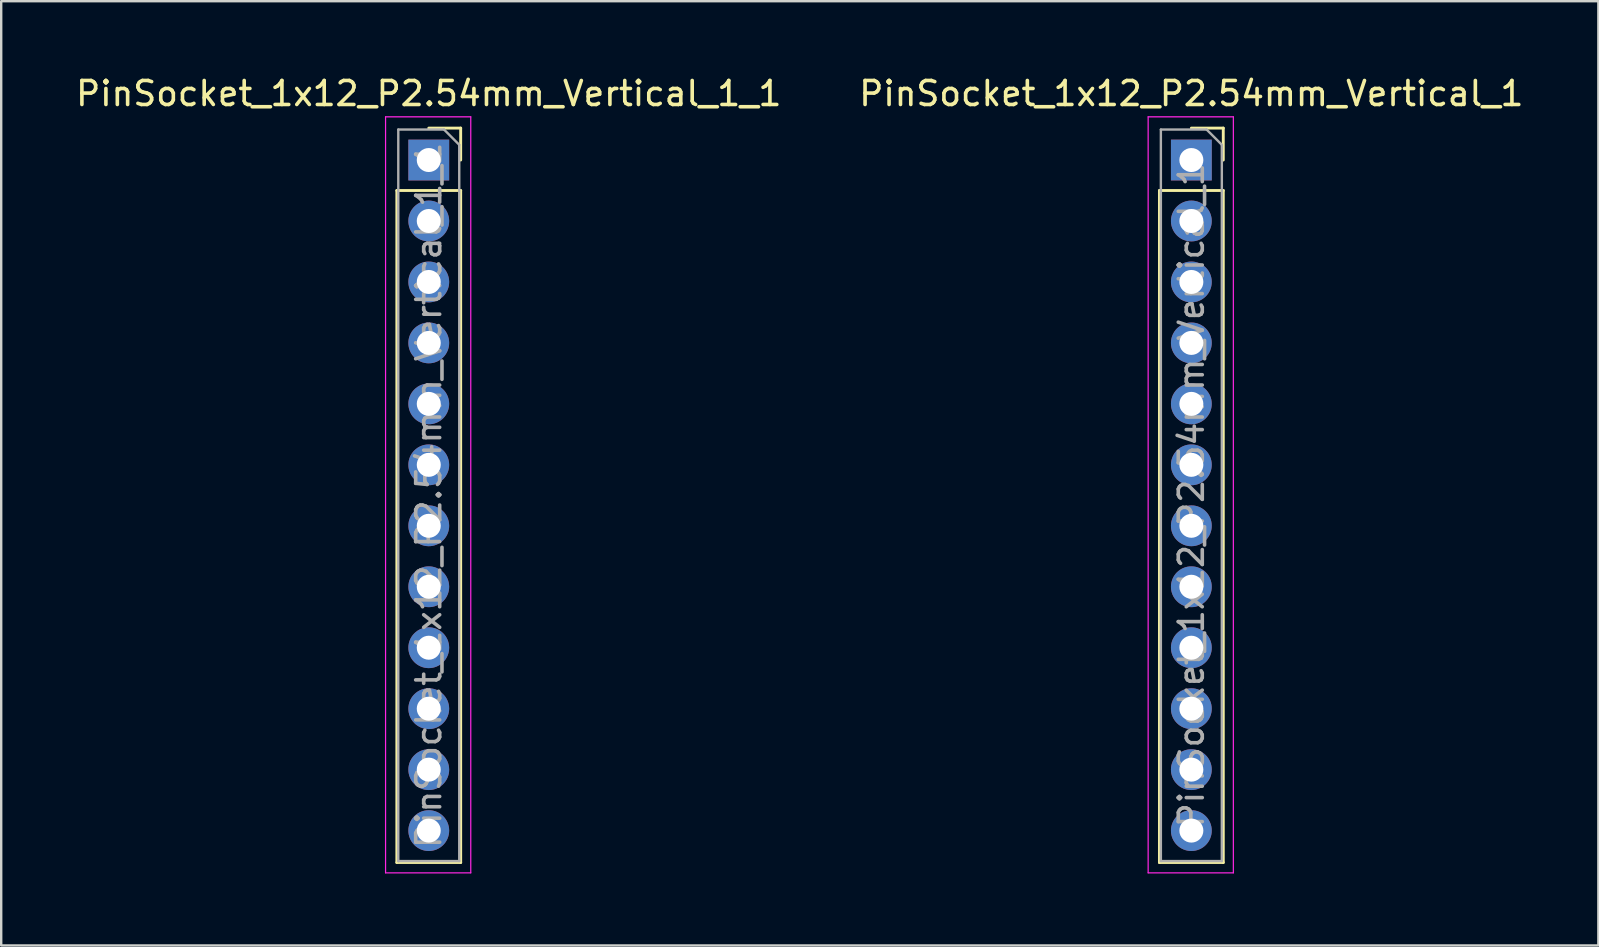
<source format=kicad_pcb>
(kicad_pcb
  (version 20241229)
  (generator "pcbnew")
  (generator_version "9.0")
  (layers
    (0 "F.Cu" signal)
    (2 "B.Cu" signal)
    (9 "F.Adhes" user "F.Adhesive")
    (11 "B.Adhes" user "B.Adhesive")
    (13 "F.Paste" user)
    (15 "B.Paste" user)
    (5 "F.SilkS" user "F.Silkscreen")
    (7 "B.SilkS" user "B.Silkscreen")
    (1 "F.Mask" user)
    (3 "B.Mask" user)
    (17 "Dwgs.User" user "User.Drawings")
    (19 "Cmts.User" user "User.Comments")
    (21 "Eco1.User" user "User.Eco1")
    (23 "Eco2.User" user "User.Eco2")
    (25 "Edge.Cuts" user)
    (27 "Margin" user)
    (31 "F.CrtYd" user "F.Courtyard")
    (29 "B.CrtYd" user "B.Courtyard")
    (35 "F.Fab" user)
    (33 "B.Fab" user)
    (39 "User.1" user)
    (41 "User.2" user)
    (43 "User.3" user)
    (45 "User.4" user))
  (footprint "PinSocket_1x12_P2.54mm_Vertical_1_1"
    (layer "F.Cu")
    (at 14.815 3.618)
    (property "Reference" "PinSocket_1x12_P2.54mm_Vertical_1_1" (at 0 -2.77 0) (layer "F.SilkS") (effects (font (size 1 1) (thickness 0.15))))
    (attr through_hole)
    (fp_line (start -1.33 1.27) (end -1.33 29.27) (stroke (width 0.12) (type solid)) (layer "F.SilkS"))
    (fp_line (start -1.33 1.27) (end 1.33 1.27) (stroke (width 0.12) (type solid)) (layer "F.SilkS"))
    (fp_line (start -1.33 29.27) (end 1.33 29.27) (stroke (width 0.12) (type solid)) (layer "F.SilkS"))
    (fp_line (start 0 -1.33) (end 1.33 -1.33) (stroke (width 0.12) (type solid)) (layer "F.SilkS"))
    (fp_line (start 1.33 -1.33) (end 1.33 0) (stroke (width 0.12) (type solid)) (layer "F.SilkS"))
    (fp_line (start 1.33 1.27) (end 1.33 29.27) (stroke (width 0.12) (type solid)) (layer "F.SilkS"))
    (fp_line (start -1.8 -1.8) (end 1.75 -1.8) (stroke (width 0.05) (type solid)) (layer "F.CrtYd"))
    (fp_line (start -1.8 29.7) (end -1.8 -1.8) (stroke (width 0.05) (type solid)) (layer "F.CrtYd"))
    (fp_line (start 1.75 -1.8) (end 1.75 29.7) (stroke (width 0.05) (type solid)) (layer "F.CrtYd"))
    (fp_line (start 1.75 29.7) (end -1.8 29.7) (stroke (width 0.05) (type solid)) (layer "F.CrtYd"))
    (fp_line (start -1.27 -1.27) (end 0.635 -1.27) (stroke (width 0.1) (type solid)) (layer "F.Fab"))
    (fp_line (start -1.27 29.21) (end -1.27 -1.27) (stroke (width 0.1) (type solid)) (layer "F.Fab"))
    (fp_line (start 0.635 -1.27) (end 1.27 -0.635) (stroke (width 0.1) (type solid)) (layer "F.Fab"))
    (fp_line (start 1.27 -0.635) (end 1.27 29.21) (stroke (width 0.1) (type solid)) (layer "F.Fab"))
    (fp_line (start 1.27 29.21) (end -1.27 29.21) (stroke (width 0.1) (type solid)) (layer "F.Fab"))
    (fp_text user "${REFERENCE}" (at 0 13.97 90) (layer "F.Fab") (effects (font (size 1 1) (thickness 0.15))))
    (pad "1" thru_hole rect (at 0 0) (size 1.7 1.7) (drill 1) (layers "*.Cu" "*.Mask"))
    (pad "2" thru_hole oval (at 0 2.54) (size 1.7 1.7) (drill 1) (layers "*.Cu" "*.Mask"))
    (pad "3" thru_hole oval (at 0 5.08) (size 1.7 1.7) (drill 1) (layers "*.Cu" "*.Mask"))
    (pad "4" thru_hole oval (at 0 7.62) (size 1.7 1.7) (drill 1) (layers "*.Cu" "*.Mask"))
    (pad "5" thru_hole oval (at 0 10.16) (size 1.7 1.7) (drill 1) (layers "*.Cu" "*.Mask"))
    (pad "6" thru_hole oval (at 0 12.7) (size 1.7 1.7) (drill 1) (layers "*.Cu" "*.Mask"))
    (pad "7" thru_hole oval (at 0 15.24) (size 1.7 1.7) (drill 1) (layers "*.Cu" "*.Mask"))
    (pad "8" thru_hole oval (at 0 17.78) (size 1.7 1.7) (drill 1) (layers "*.Cu" "*.Mask"))
    (pad "9" thru_hole oval (at 0 20.32) (size 1.7 1.7) (drill 1) (layers "*.Cu" "*.Mask"))
    (pad "10" thru_hole oval (at 0 22.86) (size 1.7 1.7) (drill 1) (layers "*.Cu" "*.Mask"))
    (pad "11" thru_hole oval (at 0 25.4) (size 1.7 1.7) (drill 1) (layers "*.Cu" "*.Mask"))
    (pad "12" thru_hole oval (at 0 27.94) (size 1.7 1.7) (drill 1) (layers "*.Cu" "*.Mask")))
  (footprint "PinSocket_1x12_P2.54mm_Vertical_1"
    (layer "F.Cu")
    (at 46.589 3.618)
    (property "Reference" "PinSocket_1x12_P2.54mm_Vertical_1" (at 0 -2.77 0) (layer "F.SilkS") (effects (font (size 1 1) (thickness 0.15))))
    (attr through_hole)
    (fp_line (start -1.33 1.27) (end -1.33 29.27) (stroke (width 0.12) (type solid)) (layer "F.SilkS"))
    (fp_line (start -1.33 1.27) (end 1.33 1.27) (stroke (width 0.12) (type solid)) (layer "F.SilkS"))
    (fp_line (start -1.33 29.27) (end 1.33 29.27) (stroke (width 0.12) (type solid)) (layer "F.SilkS"))
    (fp_line (start 0 -1.33) (end 1.33 -1.33) (stroke (width 0.12) (type solid)) (layer "F.SilkS"))
    (fp_line (start 1.33 -1.33) (end 1.33 0) (stroke (width 0.12) (type solid)) (layer "F.SilkS"))
    (fp_line (start 1.33 1.27) (end 1.33 29.27) (stroke (width 0.12) (type solid)) (layer "F.SilkS"))
    (fp_line (start -1.8 -1.8) (end 1.75 -1.8) (stroke (width 0.05) (type solid)) (layer "F.CrtYd"))
    (fp_line (start -1.8 29.7) (end -1.8 -1.8) (stroke (width 0.05) (type solid)) (layer "F.CrtYd"))
    (fp_line (start 1.75 -1.8) (end 1.75 29.7) (stroke (width 0.05) (type solid)) (layer "F.CrtYd"))
    (fp_line (start 1.75 29.7) (end -1.8 29.7) (stroke (width 0.05) (type solid)) (layer "F.CrtYd"))
    (fp_line (start -1.27 -1.27) (end 0.635 -1.27) (stroke (width 0.1) (type solid)) (layer "F.Fab"))
    (fp_line (start -1.27 29.21) (end -1.27 -1.27) (stroke (width 0.1) (type solid)) (layer "F.Fab"))
    (fp_line (start 0.635 -1.27) (end 1.27 -0.635) (stroke (width 0.1) (type solid)) (layer "F.Fab"))
    (fp_line (start 1.27 -0.635) (end 1.27 29.21) (stroke (width 0.1) (type solid)) (layer "F.Fab"))
    (fp_line (start 1.27 29.21) (end -1.27 29.21) (stroke (width 0.1) (type solid)) (layer "F.Fab"))
    (fp_text user "${REFERENCE}" (at 0 13.97 90) (layer "F.Fab") (effects (font (size 1 1) (thickness 0.15))))
    (pad "1" thru_hole rect (at 0 0) (size 1.7 1.7) (drill 1) (layers "*.Cu" "*.Mask"))
    (pad "2" thru_hole oval (at 0 2.54) (size 1.7 1.7) (drill 1) (layers "*.Cu" "*.Mask"))
    (pad "3" thru_hole oval (at 0 5.08) (size 1.7 1.7) (drill 1) (layers "*.Cu" "*.Mask"))
    (pad "4" thru_hole oval (at 0 7.62) (size 1.7 1.7) (drill 1) (layers "*.Cu" "*.Mask"))
    (pad "5" thru_hole oval (at 0 10.16) (size 1.7 1.7) (drill 1) (layers "*.Cu" "*.Mask"))
    (pad "6" thru_hole oval (at 0 12.7) (size 1.7 1.7) (drill 1) (layers "*.Cu" "*.Mask"))
    (pad "7" thru_hole oval (at 0 15.24) (size 1.7 1.7) (drill 1) (layers "*.Cu" "*.Mask"))
    (pad "8" thru_hole oval (at 0 17.78) (size 1.7 1.7) (drill 1) (layers "*.Cu" "*.Mask"))
    (pad "9" thru_hole oval (at 0 20.32) (size 1.7 1.7) (drill 1) (layers "*.Cu" "*.Mask"))
    (pad "10" thru_hole oval (at 0 22.86) (size 1.7 1.7) (drill 1) (layers "*.Cu" "*.Mask"))
    (pad "11" thru_hole oval (at 0 25.4) (size 1.7 1.7) (drill 1) (layers "*.Cu" "*.Mask"))
    (pad "12" thru_hole oval (at 0 27.94) (size 1.7 1.7) (drill 1) (layers "*.Cu" "*.Mask")))
  (gr_rect
    (start -3 -3)
    (end 63.548 36.343)
    (stroke (width 0.1) (type default))
    (fill no)
    (layer "Edge.Cuts")))
</source>
